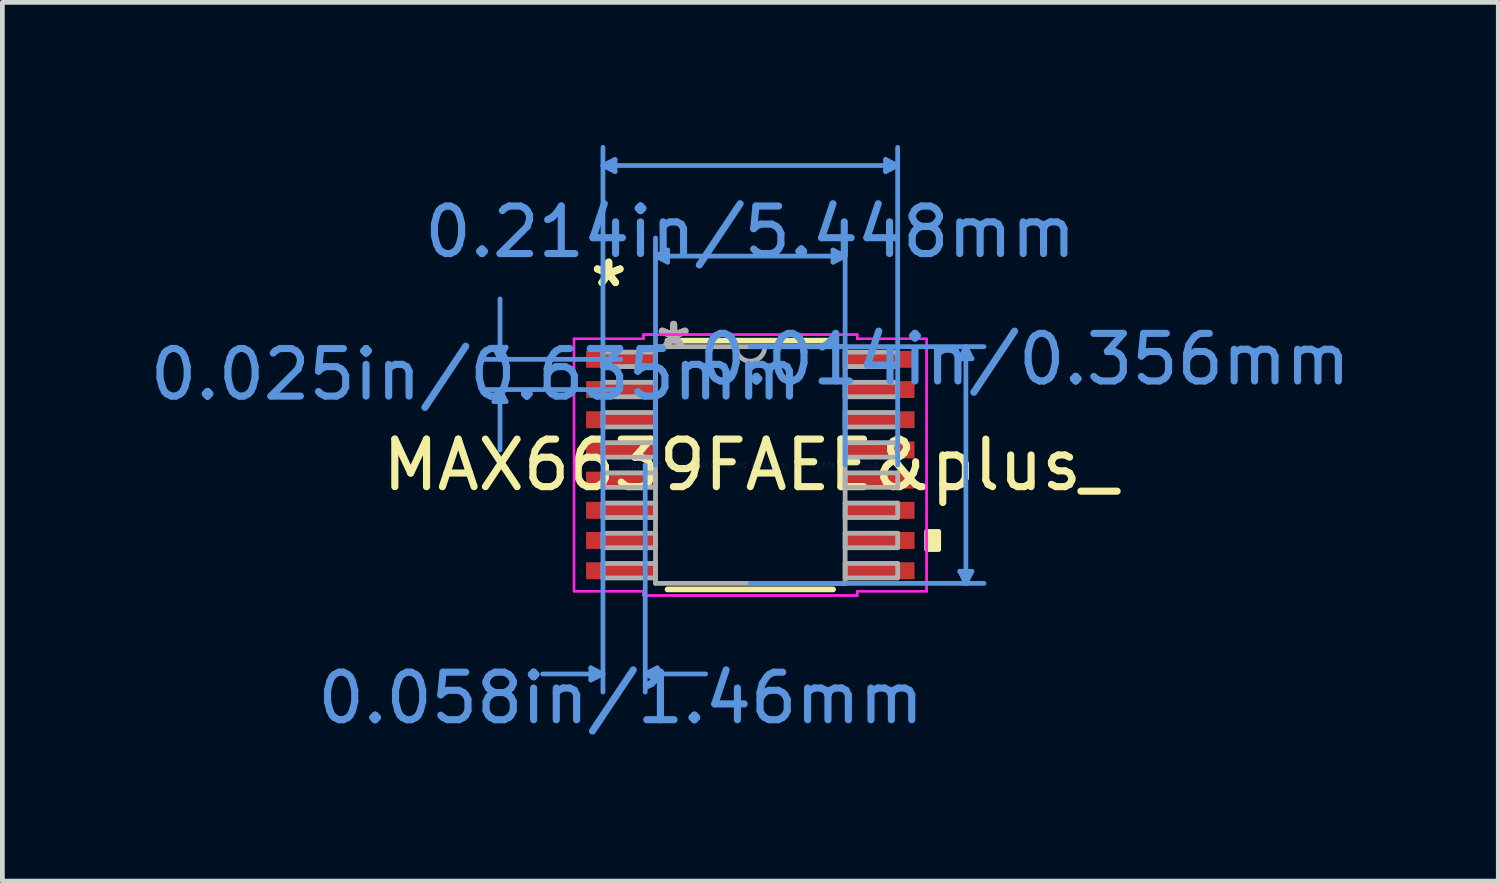
<source format=kicad_pcb>
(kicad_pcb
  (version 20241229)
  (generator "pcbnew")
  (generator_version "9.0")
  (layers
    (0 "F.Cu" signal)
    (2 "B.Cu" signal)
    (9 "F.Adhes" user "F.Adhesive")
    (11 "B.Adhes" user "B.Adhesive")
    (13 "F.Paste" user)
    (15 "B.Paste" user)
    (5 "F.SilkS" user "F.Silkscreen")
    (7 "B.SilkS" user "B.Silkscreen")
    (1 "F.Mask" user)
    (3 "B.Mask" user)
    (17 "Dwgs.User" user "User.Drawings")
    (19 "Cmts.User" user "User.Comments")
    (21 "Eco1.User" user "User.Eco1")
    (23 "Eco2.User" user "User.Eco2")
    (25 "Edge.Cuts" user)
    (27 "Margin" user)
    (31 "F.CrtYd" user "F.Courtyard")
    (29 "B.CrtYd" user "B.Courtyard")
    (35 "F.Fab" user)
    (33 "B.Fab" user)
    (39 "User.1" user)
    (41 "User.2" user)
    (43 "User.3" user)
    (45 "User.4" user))
  (footprint "MAX6639FAEE&plus_"
    (layer "F.Cu")
    (at 12.73 6.73)
    (property "Reference" "MAX6639FAEE&plus_" (at 0 0 0) (layer "F.SilkS") (effects (font (size 1 1) (thickness 0.15))))
    (attr through_hole)
    (fp_line (start -1.741 2.616) (end 1.741 2.616) (stroke (width 0.12) (type solid)) (layer "F.SilkS"))
    (fp_line (start 1.741 -2.616) (end -1.741 -2.616) (stroke (width 0.12) (type solid)) (layer "F.SilkS"))
    (fp_poly (pts (xy 3.962 1.397) (xy 3.962 1.778) (xy 3.708 1.778) (xy 3.708 1.397)) (stroke (width 0.1) (type solid)) (fill yes) (layer "F.SilkS"))
    (fp_line (start -5.391 -2.477) (end -5.137 -2.477) (stroke (width 0.1) (type solid)) (layer "Cmts.User"))
    (fp_line (start -5.391 -1.333) (end -5.137 -1.333) (stroke (width 0.1) (type solid)) (layer "Cmts.User"))
    (fp_line (start -5.264 -2.223) (end -5.391 -2.477) (stroke (width 0.1) (type solid)) (layer "Cmts.User"))
    (fp_line (start -5.264 -2.223) (end -5.264 -3.493) (stroke (width 0.1) (type solid)) (layer "Cmts.User"))
    (fp_line (start -5.264 -2.223) (end -5.137 -2.477) (stroke (width 0.1) (type solid)) (layer "Cmts.User"))
    (fp_line (start -5.264 -1.587) (end -5.391 -1.333) (stroke (width 0.1) (type solid)) (layer "Cmts.User"))
    (fp_line (start -5.264 -1.587) (end -5.264 -0.318) (stroke (width 0.1) (type solid)) (layer "Cmts.User"))
    (fp_line (start -5.264 -1.587) (end -5.137 -1.333) (stroke (width 0.1) (type solid)) (layer "Cmts.User"))
    (fp_line (start -3.353 4.267) (end -3.353 4.521) (stroke (width 0.1) (type solid)) (layer "Cmts.User"))
    (fp_line (start -3.099 -6.299) (end -2.845 -6.426) (stroke (width 0.1) (type solid)) (layer "Cmts.User"))
    (fp_line (start -3.099 -6.299) (end -2.845 -6.172) (stroke (width 0.1) (type solid)) (layer "Cmts.User"))
    (fp_line (start -3.099 -6.299) (end 3.099 -6.299) (stroke (width 0.1) (type solid)) (layer "Cmts.User"))
    (fp_line (start -3.099 0) (end -3.099 -6.68) (stroke (width 0.1) (type solid)) (layer "Cmts.User"))
    (fp_line (start -3.099 0) (end -3.099 4.775) (stroke (width 0.1) (type solid)) (layer "Cmts.User"))
    (fp_line (start -3.099 4.394) (end -4.369 4.394) (stroke (width 0.1) (type solid)) (layer "Cmts.User"))
    (fp_line (start -3.099 4.394) (end -3.353 4.267) (stroke (width 0.1) (type solid)) (layer "Cmts.User"))
    (fp_line (start -3.099 4.394) (end -3.353 4.521) (stroke (width 0.1) (type solid)) (layer "Cmts.User"))
    (fp_line (start -2.845 -6.426) (end -2.845 -6.172) (stroke (width 0.1) (type solid)) (layer "Cmts.User"))
    (fp_line (start -2.724 -2.223) (end -5.645 -2.223) (stroke (width 0.1) (type solid)) (layer "Cmts.User"))
    (fp_line (start -2.724 -1.587) (end -5.645 -1.587) (stroke (width 0.1) (type solid)) (layer "Cmts.User"))
    (fp_line (start -2.21 0) (end -2.21 4.775) (stroke (width 0.1) (type solid)) (layer "Cmts.User"))
    (fp_line (start -2.21 4.394) (end -1.956 4.267) (stroke (width 0.1) (type solid)) (layer "Cmts.User"))
    (fp_line (start -2.21 4.394) (end -1.956 4.521) (stroke (width 0.1) (type solid)) (layer "Cmts.User"))
    (fp_line (start -2.21 4.394) (end -0.94 4.394) (stroke (width 0.1) (type solid)) (layer "Cmts.User"))
    (fp_line (start -1.994 -4.394) (end -1.74 -4.521) (stroke (width 0.1) (type solid)) (layer "Cmts.User"))
    (fp_line (start -1.994 -4.394) (end -1.74 -4.267) (stroke (width 0.1) (type solid)) (layer "Cmts.User"))
    (fp_line (start -1.994 -4.394) (end 1.994 -4.394) (stroke (width 0.1) (type solid)) (layer "Cmts.User"))
    (fp_line (start -1.994 0) (end -1.994 -4.775) (stroke (width 0.1) (type solid)) (layer "Cmts.User"))
    (fp_line (start -1.956 4.267) (end -1.956 4.521) (stroke (width 0.1) (type solid)) (layer "Cmts.User"))
    (fp_line (start -1.74 -4.521) (end -1.74 -4.267) (stroke (width 0.1) (type solid)) (layer "Cmts.User"))
    (fp_line (start 0 -2.489) (end 4.915 -2.489) (stroke (width 0.1) (type solid)) (layer "Cmts.User"))
    (fp_line (start 0 2.489) (end 4.915 2.489) (stroke (width 0.1) (type solid)) (layer "Cmts.User"))
    (fp_line (start 1.74 -4.521) (end 1.74 -4.267) (stroke (width 0.1) (type solid)) (layer "Cmts.User"))
    (fp_line (start 1.994 -4.394) (end 1.74 -4.521) (stroke (width 0.1) (type solid)) (layer "Cmts.User"))
    (fp_line (start 1.994 -4.394) (end 1.74 -4.267) (stroke (width 0.1) (type solid)) (layer "Cmts.User"))
    (fp_line (start 1.994 0) (end 1.994 -4.775) (stroke (width 0.1) (type solid)) (layer "Cmts.User"))
    (fp_line (start 2.845 -6.426) (end 2.845 -6.172) (stroke (width 0.1) (type solid)) (layer "Cmts.User"))
    (fp_line (start 3.099 -6.299) (end 2.845 -6.426) (stroke (width 0.1) (type solid)) (layer "Cmts.User"))
    (fp_line (start 3.099 -6.299) (end 2.845 -6.172) (stroke (width 0.1) (type solid)) (layer "Cmts.User"))
    (fp_line (start 3.099 0) (end 3.099 -6.68) (stroke (width 0.1) (type solid)) (layer "Cmts.User"))
    (fp_line (start 4.407 -2.235) (end 4.661 -2.235) (stroke (width 0.1) (type solid)) (layer "Cmts.User"))
    (fp_line (start 4.407 2.235) (end 4.661 2.235) (stroke (width 0.1) (type solid)) (layer "Cmts.User"))
    (fp_line (start 4.534 -2.489) (end 4.407 -2.235) (stroke (width 0.1) (type solid)) (layer "Cmts.User"))
    (fp_line (start 4.534 -2.489) (end 4.534 2.489) (stroke (width 0.1) (type solid)) (layer "Cmts.User"))
    (fp_line (start 4.534 -2.489) (end 4.661 -2.235) (stroke (width 0.1) (type solid)) (layer "Cmts.User"))
    (fp_line (start 4.534 2.489) (end 4.407 2.235) (stroke (width 0.1) (type solid)) (layer "Cmts.User"))
    (fp_line (start 4.534 2.489) (end 4.661 2.235) (stroke (width 0.1) (type solid)) (layer "Cmts.User"))
    (fp_line (start -3.708 -2.654) (end -2.248 -2.654) (stroke (width 0.05) (type solid)) (layer "F.CrtYd"))
    (fp_line (start -3.708 -2.654) (end -2.248 -2.654) (stroke (width 0.05) (type solid)) (layer "F.CrtYd"))
    (fp_line (start -3.708 2.654) (end -3.708 -2.654) (stroke (width 0.05) (type solid)) (layer "F.CrtYd"))
    (fp_line (start -3.708 2.654) (end -3.708 -2.654) (stroke (width 0.05) (type solid)) (layer "F.CrtYd"))
    (fp_line (start -3.708 2.654) (end -2.248 2.654) (stroke (width 0.05) (type solid)) (layer "F.CrtYd"))
    (fp_line (start -2.248 -2.743) (end 2.248 -2.743) (stroke (width 0.05) (type solid)) (layer "F.CrtYd"))
    (fp_line (start -2.248 -2.743) (end 2.248 -2.743) (stroke (width 0.05) (type solid)) (layer "F.CrtYd"))
    (fp_line (start -2.248 -2.654) (end -2.248 -2.743) (stroke (width 0.05) (type solid)) (layer "F.CrtYd"))
    (fp_line (start -2.248 -2.654) (end -2.248 -2.743) (stroke (width 0.05) (type solid)) (layer "F.CrtYd"))
    (fp_line (start -2.248 2.654) (end -3.708 2.654) (stroke (width 0.05) (type solid)) (layer "F.CrtYd"))
    (fp_line (start -2.248 2.743) (end -2.248 2.654) (stroke (width 0.05) (type solid)) (layer "F.CrtYd"))
    (fp_line (start -2.248 2.743) (end -2.248 2.654) (stroke (width 0.05) (type solid)) (layer "F.CrtYd"))
    (fp_line (start 2.248 -2.743) (end 2.248 -2.654) (stroke (width 0.05) (type solid)) (layer "F.CrtYd"))
    (fp_line (start 2.248 -2.743) (end 2.248 -2.654) (stroke (width 0.05) (type solid)) (layer "F.CrtYd"))
    (fp_line (start 2.248 -2.654) (end 3.708 -2.654) (stroke (width 0.05) (type solid)) (layer "F.CrtYd"))
    (fp_line (start 2.248 2.654) (end 2.248 2.743) (stroke (width 0.05) (type solid)) (layer "F.CrtYd"))
    (fp_line (start 2.248 2.654) (end 2.248 2.743) (stroke (width 0.05) (type solid)) (layer "F.CrtYd"))
    (fp_line (start 2.248 2.743) (end -2.248 2.743) (stroke (width 0.05) (type solid)) (layer "F.CrtYd"))
    (fp_line (start 2.248 2.743) (end -2.248 2.743) (stroke (width 0.05) (type solid)) (layer "F.CrtYd"))
    (fp_line (start 3.708 -2.654) (end 2.248 -2.654) (stroke (width 0.05) (type solid)) (layer "F.CrtYd"))
    (fp_line (start 3.708 -2.654) (end 3.708 2.654) (stroke (width 0.05) (type solid)) (layer "F.CrtYd"))
    (fp_line (start 3.708 -2.654) (end 3.708 2.654) (stroke (width 0.05) (type solid)) (layer "F.CrtYd"))
    (fp_line (start 3.708 2.654) (end 2.248 2.654) (stroke (width 0.05) (type solid)) (layer "F.CrtYd"))
    (fp_line (start 3.708 2.654) (end 2.248 2.654) (stroke (width 0.05) (type solid)) (layer "F.CrtYd"))
    (fp_line (start -3.099 -2.375) (end -3.099 -2.07) (stroke (width 0.1) (type solid)) (layer "F.Fab"))
    (fp_line (start -3.099 -2.07) (end -1.994 -2.07) (stroke (width 0.1) (type solid)) (layer "F.Fab"))
    (fp_line (start -3.099 -1.74) (end -3.099 -1.435) (stroke (width 0.1) (type solid)) (layer "F.Fab"))
    (fp_line (start -3.099 -1.435) (end -1.994 -1.435) (stroke (width 0.1) (type solid)) (layer "F.Fab"))
    (fp_line (start -3.099 -1.105) (end -3.099 -0.8) (stroke (width 0.1) (type solid)) (layer "F.Fab"))
    (fp_line (start -3.099 -0.8) (end -1.994 -0.8) (stroke (width 0.1) (type solid)) (layer "F.Fab"))
    (fp_line (start -3.099 -0.47) (end -3.099 -0.165) (stroke (width 0.1) (type solid)) (layer "F.Fab"))
    (fp_line (start -3.099 -0.165) (end -1.994 -0.165) (stroke (width 0.1) (type solid)) (layer "F.Fab"))
    (fp_line (start -3.099 0.165) (end -3.099 0.47) (stroke (width 0.1) (type solid)) (layer "F.Fab"))
    (fp_line (start -3.099 0.47) (end -1.994 0.47) (stroke (width 0.1) (type solid)) (layer "F.Fab"))
    (fp_line (start -3.099 0.8) (end -3.099 1.105) (stroke (width 0.1) (type solid)) (layer "F.Fab"))
    (fp_line (start -3.099 1.105) (end -1.994 1.105) (stroke (width 0.1) (type solid)) (layer "F.Fab"))
    (fp_line (start -3.099 1.435) (end -3.099 1.74) (stroke (width 0.1) (type solid)) (layer "F.Fab"))
    (fp_line (start -3.099 1.74) (end -1.994 1.74) (stroke (width 0.1) (type solid)) (layer "F.Fab"))
    (fp_line (start -3.099 2.07) (end -3.099 2.375) (stroke (width 0.1) (type solid)) (layer "F.Fab"))
    (fp_line (start -3.099 2.375) (end -1.994 2.375) (stroke (width 0.1) (type solid)) (layer "F.Fab"))
    (fp_line (start -1.994 -2.489) (end -1.994 2.489) (stroke (width 0.1) (type solid)) (layer "F.Fab"))
    (fp_line (start -1.994 -2.375) (end -3.099 -2.375) (stroke (width 0.1) (type solid)) (layer "F.Fab"))
    (fp_line (start -1.994 -2.07) (end -1.994 -2.375) (stroke (width 0.1) (type solid)) (layer "F.Fab"))
    (fp_line (start -1.994 -1.74) (end -3.099 -1.74) (stroke (width 0.1) (type solid)) (layer "F.Fab"))
    (fp_line (start -1.994 -1.435) (end -1.994 -1.74) (stroke (width 0.1) (type solid)) (layer "F.Fab"))
    (fp_line (start -1.994 -1.105) (end -3.099 -1.105) (stroke (width 0.1) (type solid)) (layer "F.Fab"))
    (fp_line (start -1.994 -0.8) (end -1.994 -1.105) (stroke (width 0.1) (type solid)) (layer "F.Fab"))
    (fp_line (start -1.994 -0.47) (end -3.099 -0.47) (stroke (width 0.1) (type solid)) (layer "F.Fab"))
    (fp_line (start -1.994 -0.165) (end -1.994 -0.47) (stroke (width 0.1) (type solid)) (layer "F.Fab"))
    (fp_line (start -1.994 0.165) (end -3.099 0.165) (stroke (width 0.1) (type solid)) (layer "F.Fab"))
    (fp_line (start -1.994 0.47) (end -1.994 0.165) (stroke (width 0.1) (type solid)) (layer "F.Fab"))
    (fp_line (start -1.994 0.8) (end -3.099 0.8) (stroke (width 0.1) (type solid)) (layer "F.Fab"))
    (fp_line (start -1.994 1.105) (end -1.994 0.8) (stroke (width 0.1) (type solid)) (layer "F.Fab"))
    (fp_line (start -1.994 1.435) (end -3.099 1.435) (stroke (width 0.1) (type solid)) (layer "F.Fab"))
    (fp_line (start -1.994 1.74) (end -1.994 1.435) (stroke (width 0.1) (type solid)) (layer "F.Fab"))
    (fp_line (start -1.994 2.07) (end -3.099 2.07) (stroke (width 0.1) (type solid)) (layer "F.Fab"))
    (fp_line (start -1.994 2.375) (end -1.994 2.07) (stroke (width 0.1) (type solid)) (layer "F.Fab"))
    (fp_line (start -1.994 2.489) (end 1.994 2.489) (stroke (width 0.1) (type solid)) (layer "F.Fab"))
    (fp_line (start 1.994 -2.489) (end -1.994 -2.489) (stroke (width 0.1) (type solid)) (layer "F.Fab"))
    (fp_line (start 1.994 -2.375) (end 1.994 -2.07) (stroke (width 0.1) (type solid)) (layer "F.Fab"))
    (fp_line (start 1.994 -2.07) (end 3.099 -2.07) (stroke (width 0.1) (type solid)) (layer "F.Fab"))
    (fp_line (start 1.994 -1.74) (end 1.994 -1.435) (stroke (width 0.1) (type solid)) (layer "F.Fab"))
    (fp_line (start 1.994 -1.435) (end 3.099 -1.435) (stroke (width 0.1) (type solid)) (layer "F.Fab"))
    (fp_line (start 1.994 -1.105) (end 1.994 -0.8) (stroke (width 0.1) (type solid)) (layer "F.Fab"))
    (fp_line (start 1.994 -0.8) (end 3.099 -0.8) (stroke (width 0.1) (type solid)) (layer "F.Fab"))
    (fp_line (start 1.994 -0.47) (end 1.994 -0.165) (stroke (width 0.1) (type solid)) (layer "F.Fab"))
    (fp_line (start 1.994 -0.165) (end 3.099 -0.165) (stroke (width 0.1) (type solid)) (layer "F.Fab"))
    (fp_line (start 1.994 0.165) (end 1.994 0.47) (stroke (width 0.1) (type solid)) (layer "F.Fab"))
    (fp_line (start 1.994 0.47) (end 3.099 0.47) (stroke (width 0.1) (type solid)) (layer "F.Fab"))
    (fp_line (start 1.994 0.8) (end 1.994 1.105) (stroke (width 0.1) (type solid)) (layer "F.Fab"))
    (fp_line (start 1.994 1.105) (end 3.099 1.105) (stroke (width 0.1) (type solid)) (layer "F.Fab"))
    (fp_line (start 1.994 1.435) (end 1.994 1.74) (stroke (width 0.1) (type solid)) (layer "F.Fab"))
    (fp_line (start 1.994 1.74) (end 3.099 1.74) (stroke (width 0.1) (type solid)) (layer "F.Fab"))
    (fp_line (start 1.994 2.07) (end 1.994 2.375) (stroke (width 0.1) (type solid)) (layer "F.Fab"))
    (fp_line (start 1.994 2.375) (end 3.099 2.375) (stroke (width 0.1) (type solid)) (layer "F.Fab"))
    (fp_line (start 1.994 2.489) (end 1.994 -2.489) (stroke (width 0.1) (type solid)) (layer "F.Fab"))
    (fp_line (start 3.099 -2.375) (end 1.994 -2.375) (stroke (width 0.1) (type solid)) (layer "F.Fab"))
    (fp_line (start 3.099 -2.07) (end 3.099 -2.375) (stroke (width 0.1) (type solid)) (layer "F.Fab"))
    (fp_line (start 3.099 -1.74) (end 1.994 -1.74) (stroke (width 0.1) (type solid)) (layer "F.Fab"))
    (fp_line (start 3.099 -1.435) (end 3.099 -1.74) (stroke (width 0.1) (type solid)) (layer "F.Fab"))
    (fp_line (start 3.099 -1.105) (end 1.994 -1.105) (stroke (width 0.1) (type solid)) (layer "F.Fab"))
    (fp_line (start 3.099 -0.8) (end 3.099 -1.105) (stroke (width 0.1) (type solid)) (layer "F.Fab"))
    (fp_line (start 3.099 -0.47) (end 1.994 -0.47) (stroke (width 0.1) (type solid)) (layer "F.Fab"))
    (fp_line (start 3.099 -0.165) (end 3.099 -0.47) (stroke (width 0.1) (type solid)) (layer "F.Fab"))
    (fp_line (start 3.099 0.165) (end 1.994 0.165) (stroke (width 0.1) (type solid)) (layer "F.Fab"))
    (fp_line (start 3.099 0.47) (end 3.099 0.165) (stroke (width 0.1) (type solid)) (layer "F.Fab"))
    (fp_line (start 3.099 0.8) (end 1.994 0.8) (stroke (width 0.1) (type solid)) (layer "F.Fab"))
    (fp_line (start 3.099 1.105) (end 3.099 0.8) (stroke (width 0.1) (type solid)) (layer "F.Fab"))
    (fp_line (start 3.099 1.435) (end 1.994 1.435) (stroke (width 0.1) (type solid)) (layer "F.Fab"))
    (fp_line (start 3.099 1.74) (end 3.099 1.435) (stroke (width 0.1) (type solid)) (layer "F.Fab"))
    (fp_line (start 3.099 2.07) (end 1.994 2.07) (stroke (width 0.1) (type solid)) (layer "F.Fab"))
    (fp_line (start 3.099 2.375) (end 3.099 2.07) (stroke (width 0.1) (type solid)) (layer "F.Fab"))
    (fp_arc (start 0.3048 -2.4892) (mid 0 -2.1844) (end -0.3048 -2.4892) (stroke (width 0.1) (type solid)) (layer "F.Fab"))
    (fp_text user "*" (at -2.978 -3.721 0) (layer "F.SilkS") (effects (font (size 1 1) (thickness 0.15))))
    (fp_text user "*" (at -2.978 -3.721 0) (layer "F.SilkS") (effects (font (size 1 1) (thickness 0.15))))
    (fp_text user "0.014in/0.356mm" (at 5.772 -2.223 0) (layer "Cmts.User") (effects (font (size 1 1) (thickness 0.15))))
    (fp_text user "0.025in/0.635mm" (at -5.772 -1.905 0) (layer "Cmts.User") (effects (font (size 1 1) (thickness 0.15))))
    (fp_text user "0.214in/5.448mm" (at 0 -4.902 0) (layer "Cmts.User") (effects (font (size 1 1) (thickness 0.15))))
    (fp_text user "0.058in/1.46mm" (at -2.724 4.902 0) (layer "Cmts.User") (effects (font (size 1 1) (thickness 0.15))))
    (fp_text user "Copyright 2021 Accelerated Designs. All rights reserved." (at 0 0 0) (layer "Cmts.User") (effects (font (size 0.127 0.127) (thickness 0.002))))
    (fp_text user "*" (at -1.613 -2.413 0) (layer "F.Fab") (effects (font (size 1 1) (thickness 0.15))))
    (fp_text user "*" (at -1.613 -2.413 0) (layer "F.Fab") (effects (font (size 1 1) (thickness 0.15))))
    (pad "1" smd rect (at -2.724 -2.223) (size 1.46 0.356) (layers "F.Cu" "F.Mask" "F.Paste"))
    (pad "2" smd rect (at -2.724 -1.587) (size 1.46 0.356) (layers "F.Cu" "F.Mask" "F.Paste"))
    (pad "3" smd rect (at -2.724 -0.953) (size 1.46 0.356) (layers "F.Cu" "F.Mask" "F.Paste"))
    (pad "4" smd rect (at -2.724 -0.318) (size 1.46 0.356) (layers "F.Cu" "F.Mask" "F.Paste"))
    (pad "5" smd rect (at -2.724 0.318) (size 1.46 0.356) (layers "F.Cu" "F.Mask" "F.Paste"))
    (pad "6" smd rect (at -2.724 0.953) (size 1.46 0.356) (layers "F.Cu" "F.Mask" "F.Paste"))
    (pad "7" smd rect (at -2.724 1.587) (size 1.46 0.356) (layers "F.Cu" "F.Mask" "F.Paste"))
    (pad "8" smd rect (at -2.724 2.223) (size 1.46 0.356) (layers "F.Cu" "F.Mask" "F.Paste"))
    (pad "9" smd rect (at 2.724 2.223) (size 1.46 0.356) (layers "F.Cu" "F.Mask" "F.Paste"))
    (pad "10" smd rect (at 2.724 1.587) (size 1.46 0.356) (layers "F.Cu" "F.Mask" "F.Paste"))
    (pad "11" smd rect (at 2.724 0.953) (size 1.46 0.356) (layers "F.Cu" "F.Mask" "F.Paste"))
    (pad "12" smd rect (at 2.724 0.318) (size 1.46 0.356) (layers "F.Cu" "F.Mask" "F.Paste"))
    (pad "13" smd rect (at 2.724 -0.318) (size 1.46 0.356) (layers "F.Cu" "F.Mask" "F.Paste"))
    (pad "14" smd rect (at 2.724 -0.953) (size 1.46 0.356) (layers "F.Cu" "F.Mask" "F.Paste"))
    (pad "15" smd rect (at 2.724 -1.587) (size 1.46 0.356) (layers "F.Cu" "F.Mask" "F.Paste"))
    (pad "16" smd rect (at 2.724 -2.223) (size 1.46 0.356) (layers "F.Cu" "F.Mask" "F.Paste")))
  (gr_rect
    (start -3 -3)
    (end 28.461 15.481)
    (stroke (width 0.1) (type default))
    (fill no)
    (layer "Edge.Cuts")))
</source>
